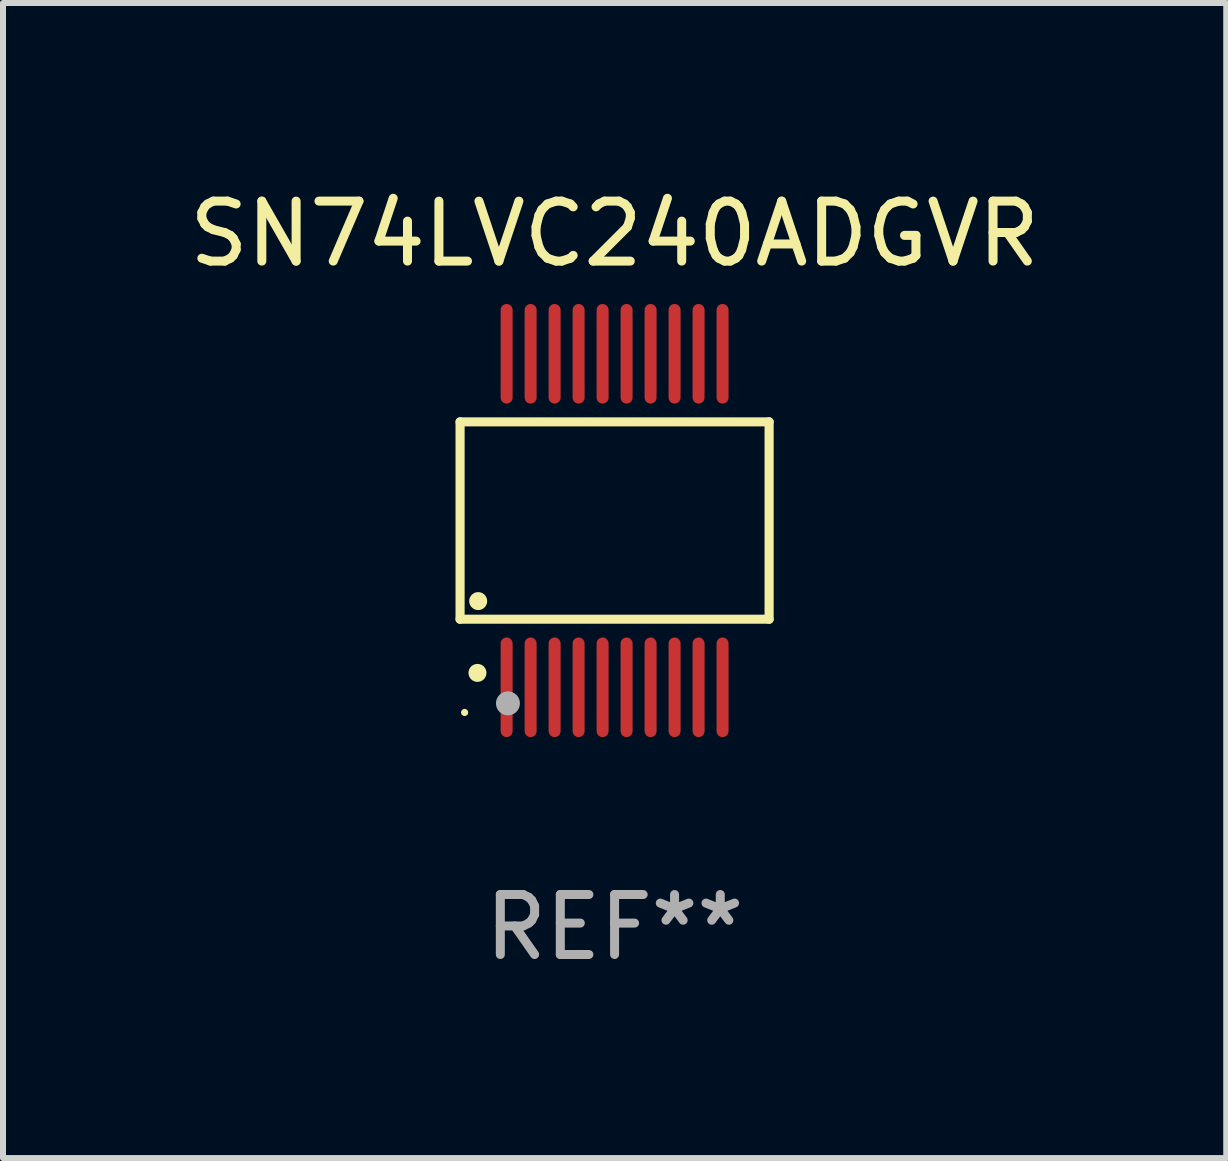
<source format=kicad_pcb>
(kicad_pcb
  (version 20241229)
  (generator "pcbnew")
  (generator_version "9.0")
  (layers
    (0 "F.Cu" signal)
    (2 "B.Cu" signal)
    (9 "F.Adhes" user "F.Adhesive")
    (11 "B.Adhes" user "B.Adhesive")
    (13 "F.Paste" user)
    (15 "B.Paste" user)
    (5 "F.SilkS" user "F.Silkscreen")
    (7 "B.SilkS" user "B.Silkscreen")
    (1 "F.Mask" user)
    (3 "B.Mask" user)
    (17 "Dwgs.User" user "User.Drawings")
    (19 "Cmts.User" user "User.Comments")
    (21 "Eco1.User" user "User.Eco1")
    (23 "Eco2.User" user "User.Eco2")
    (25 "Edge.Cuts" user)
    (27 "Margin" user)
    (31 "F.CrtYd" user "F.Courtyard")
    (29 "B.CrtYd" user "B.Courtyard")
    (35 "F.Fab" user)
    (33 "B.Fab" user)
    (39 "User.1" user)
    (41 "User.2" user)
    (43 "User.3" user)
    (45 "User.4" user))
  (footprint "SN74LVC240ADGVR"
    (layer "F.Cu")
    (at 7.196 5.628)
    (property "Reference" "SN74LVC240ADGVR" (at 0 -4.78 0) (layer "F.SilkS") (effects (font (size 1 1) (thickness 0.15))))
    (attr through_hole)
    (fp_line (start -2.576 -1.645) (end 2.576 -1.645) (stroke (width 0.152) (type solid)) (layer "F.SilkS"))
    (fp_line (start -2.576 1.645) (end -2.576 -1.645) (stroke (width 0.152) (type solid)) (layer "F.SilkS"))
    (fp_line (start 2.576 -1.645) (end 2.576 1.645) (stroke (width 0.152) (type solid)) (layer "F.SilkS"))
    (fp_line (start 2.576 1.645) (end -2.576 1.645) (stroke (width 0.152) (type solid)) (layer "F.SilkS"))
    (fp_circle (center -2.5 3.2) (end -2.47 3.2) (stroke (width 0.06) (type solid)) (fill no) (layer "F.SilkS"))
    (fp_circle (center -2.286 2.54) (end -2.211 2.54) (stroke (width 0.15) (type solid)) (fill no) (layer "F.SilkS"))
    (fp_circle (center -2.274 1.343) (end -2.199 1.343) (stroke (width 0.15) (type solid)) (fill no) (layer "F.SilkS"))
    (fp_circle (center -1.778 3.048) (end -1.678 3.048) (stroke (width 0.2) (type solid)) (fill no) (layer "F.Fab"))
    (fp_text user "REF**" (at 0 6.78 0) (layer "F.Fab") (effects (font (size 1 1) (thickness 0.15))))
    (pad "1" smd oval (at -1.8 2.78) (size 0.2 1.66) (layers "F.Cu" "F.Mask" "F.Paste"))
    (pad "2" smd oval (at -1.4 2.78) (size 0.2 1.66) (layers "F.Cu" "F.Mask" "F.Paste"))
    (pad "3" smd oval (at -1 2.78) (size 0.2 1.66) (layers "F.Cu" "F.Mask" "F.Paste"))
    (pad "4" smd oval (at -0.6 2.78) (size 0.2 1.66) (layers "F.Cu" "F.Mask" "F.Paste"))
    (pad "5" smd oval (at -0.2 2.78) (size 0.2 1.66) (layers "F.Cu" "F.Mask" "F.Paste"))
    (pad "6" smd oval (at 0.2 2.78) (size 0.2 1.66) (layers "F.Cu" "F.Mask" "F.Paste"))
    (pad "7" smd oval (at 0.6 2.78) (size 0.2 1.66) (layers "F.Cu" "F.Mask" "F.Paste"))
    (pad "8" smd oval (at 1 2.78) (size 0.2 1.66) (layers "F.Cu" "F.Mask" "F.Paste"))
    (pad "9" smd oval (at 1.4 2.78) (size 0.2 1.66) (layers "F.Cu" "F.Mask" "F.Paste"))
    (pad "10" smd oval (at 1.8 2.78) (size 0.2 1.66) (layers "F.Cu" "F.Mask" "F.Paste"))
    (pad "11" smd oval (at 1.8 -2.78) (size 0.2 1.66) (layers "F.Cu" "F.Mask" "F.Paste"))
    (pad "12" smd oval (at 1.4 -2.78) (size 0.2 1.66) (layers "F.Cu" "F.Mask" "F.Paste"))
    (pad "13" smd oval (at 1 -2.78) (size 0.2 1.66) (layers "F.Cu" "F.Mask" "F.Paste"))
    (pad "14" smd oval (at 0.6 -2.78) (size 0.2 1.66) (layers "F.Cu" "F.Mask" "F.Paste"))
    (pad "15" smd oval (at 0.2 -2.78) (size 0.2 1.66) (layers "F.Cu" "F.Mask" "F.Paste"))
    (pad "16" smd oval (at -0.2 -2.78) (size 0.2 1.66) (layers "F.Cu" "F.Mask" "F.Paste"))
    (pad "17" smd oval (at -0.6 -2.78) (size 0.2 1.66) (layers "F.Cu" "F.Mask" "F.Paste"))
    (pad "18" smd oval (at -1 -2.78) (size 0.2 1.66) (layers "F.Cu" "F.Mask" "F.Paste"))
    (pad "19" smd oval (at -1.4 -2.78) (size 0.2 1.66) (layers "F.Cu" "F.Mask" "F.Paste"))
    (pad "20" smd oval (at -1.8 -2.78) (size 0.2 1.66) (layers "F.Cu" "F.Mask" "F.Paste")))
  (gr_rect
    (start -3 -3)
    (end 17.393 16.257)
    (stroke (width 0.1) (type default))
    (fill no)
    (layer "Edge.Cuts")))
</source>
